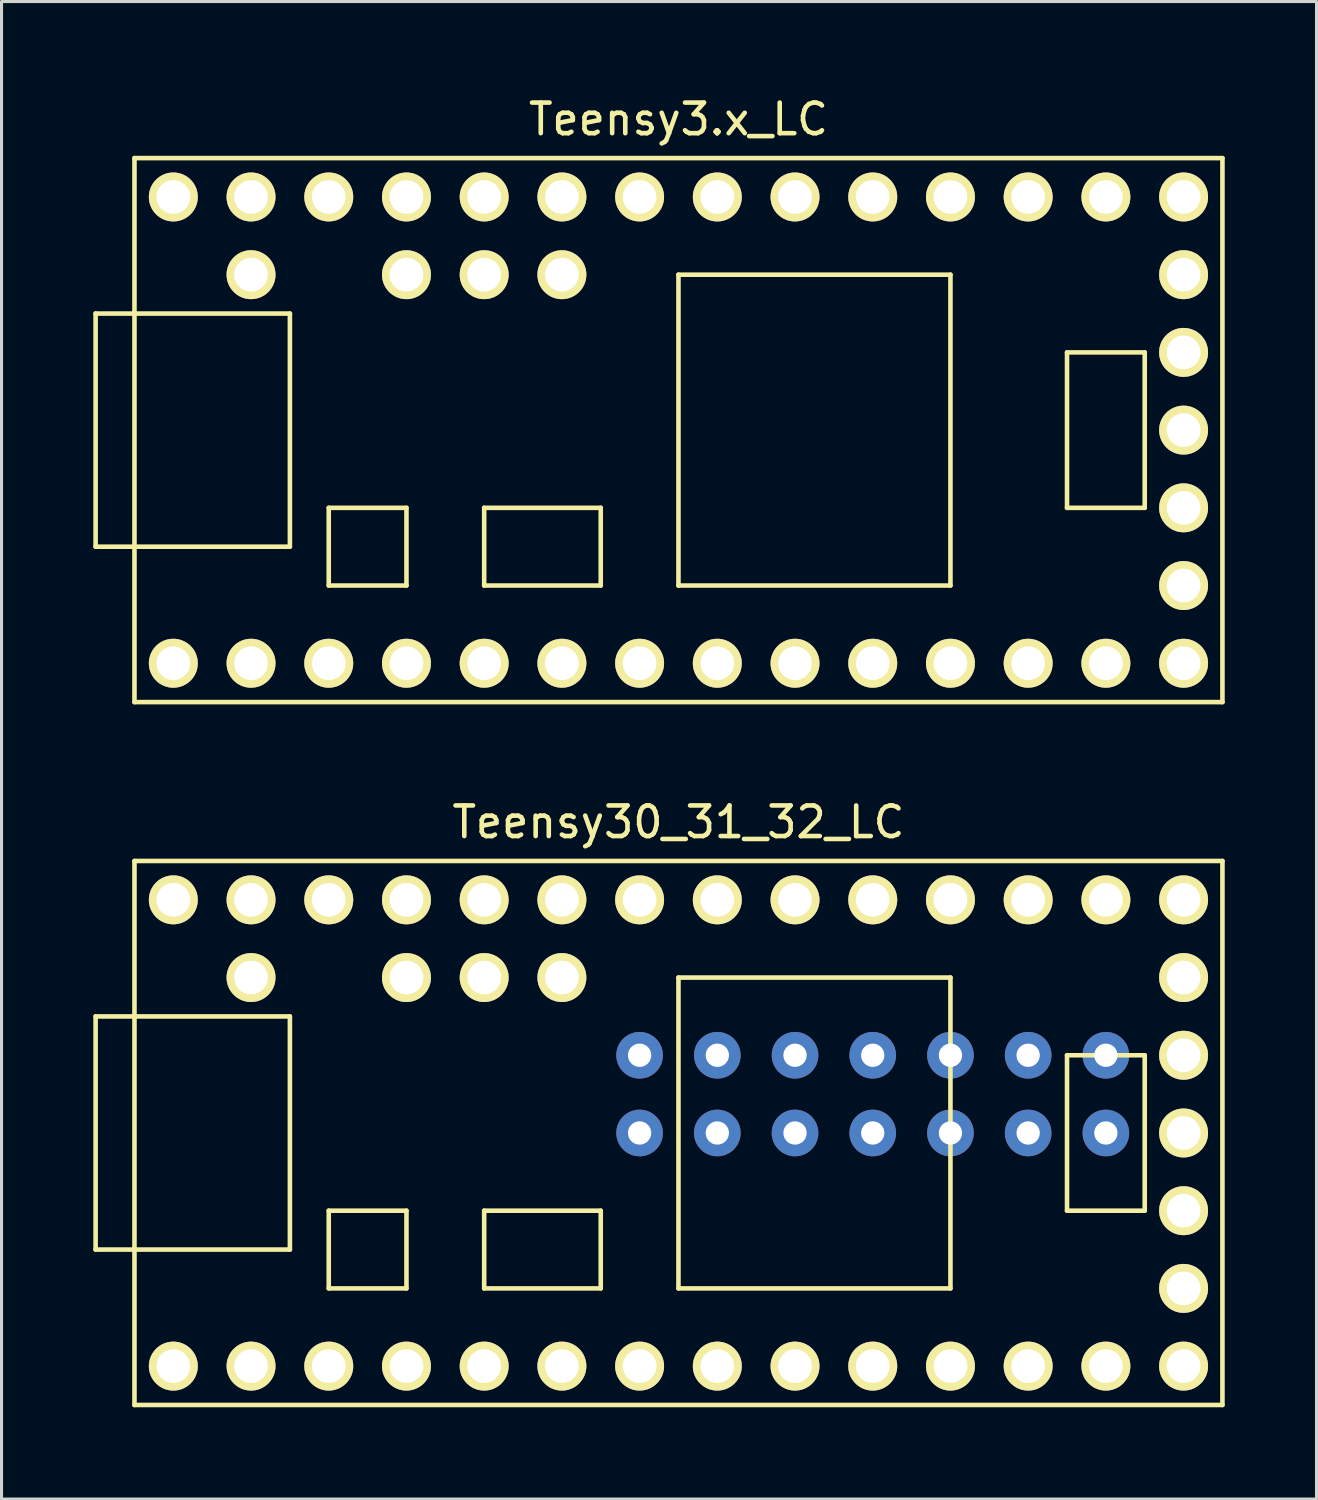
<source format=kicad_pcb>
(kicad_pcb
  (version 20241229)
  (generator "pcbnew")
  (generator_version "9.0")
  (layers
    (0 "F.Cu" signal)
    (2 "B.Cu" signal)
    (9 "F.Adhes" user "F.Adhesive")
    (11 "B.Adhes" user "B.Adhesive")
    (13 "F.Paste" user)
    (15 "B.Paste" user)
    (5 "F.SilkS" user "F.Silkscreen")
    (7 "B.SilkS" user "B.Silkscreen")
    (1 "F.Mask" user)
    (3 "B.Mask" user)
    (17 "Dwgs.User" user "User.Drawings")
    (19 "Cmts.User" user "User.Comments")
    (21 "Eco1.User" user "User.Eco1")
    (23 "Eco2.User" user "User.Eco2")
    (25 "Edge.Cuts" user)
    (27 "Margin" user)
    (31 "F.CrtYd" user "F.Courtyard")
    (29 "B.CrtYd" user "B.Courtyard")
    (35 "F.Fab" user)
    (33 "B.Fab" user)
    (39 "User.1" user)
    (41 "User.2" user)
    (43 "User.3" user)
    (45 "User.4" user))
  (footprint "Teensy3.x_LC"
    (layer "F.Cu")
    (at 19.125 11.008)
    (property "Reference" "Teensy3.x_LC" (at 0 -10.16 0) (layer "F.SilkS") (effects (font (size 1 1) (thickness 0.15))))
    (attr through_hole)
    (fp_line (start -19.05 -3.81) (end -17.78 -3.81) (stroke (width 0.15) (type solid)) (layer "F.SilkS"))
    (fp_line (start -19.05 3.81) (end -19.05 -3.81) (stroke (width 0.15) (type solid)) (layer "F.SilkS"))
    (fp_line (start -17.78 -8.89) (end 17.78 -8.89) (stroke (width 0.15) (type solid)) (layer "F.SilkS"))
    (fp_line (start -17.78 3.81) (end -19.05 3.81) (stroke (width 0.15) (type solid)) (layer "F.SilkS"))
    (fp_line (start -17.78 8.89) (end -17.78 -8.89) (stroke (width 0.15) (type solid)) (layer "F.SilkS"))
    (fp_line (start -12.7 -3.81) (end -17.78 -3.81) (stroke (width 0.15) (type solid)) (layer "F.SilkS"))
    (fp_line (start -12.7 3.81) (end -17.78 3.81) (stroke (width 0.15) (type solid)) (layer "F.SilkS"))
    (fp_line (start -12.7 3.81) (end -12.7 -3.81) (stroke (width 0.15) (type solid)) (layer "F.SilkS"))
    (fp_line (start -11.43 2.54) (end -11.43 5.08) (stroke (width 0.15) (type solid)) (layer "F.SilkS"))
    (fp_line (start -11.43 5.08) (end -8.89 5.08) (stroke (width 0.15) (type solid)) (layer "F.SilkS"))
    (fp_line (start -8.89 2.54) (end -11.43 2.54) (stroke (width 0.15) (type solid)) (layer "F.SilkS"))
    (fp_line (start -8.89 5.08) (end -8.89 2.54) (stroke (width 0.15) (type solid)) (layer "F.SilkS"))
    (fp_line (start -6.35 2.54) (end -6.35 5.08) (stroke (width 0.15) (type solid)) (layer "F.SilkS"))
    (fp_line (start -6.35 5.08) (end -2.54 5.08) (stroke (width 0.15) (type solid)) (layer "F.SilkS"))
    (fp_line (start -2.54 2.54) (end -6.35 2.54) (stroke (width 0.15) (type solid)) (layer "F.SilkS"))
    (fp_line (start -2.54 5.08) (end -2.54 2.54) (stroke (width 0.15) (type solid)) (layer "F.SilkS"))
    (fp_line (start 0 -5.08) (end 0 5.08) (stroke (width 0.15) (type solid)) (layer "F.SilkS"))
    (fp_line (start 8.89 -5.08) (end 0 -5.08) (stroke (width 0.15) (type solid)) (layer "F.SilkS"))
    (fp_line (start 8.89 5.08) (end 0 5.08) (stroke (width 0.15) (type solid)) (layer "F.SilkS"))
    (fp_line (start 8.89 5.08) (end 8.89 -5.08) (stroke (width 0.15) (type solid)) (layer "F.SilkS"))
    (fp_line (start 12.7 -2.54) (end 15.24 -2.54) (stroke (width 0.15) (type solid)) (layer "F.SilkS"))
    (fp_line (start 12.7 2.54) (end 12.7 -2.54) (stroke (width 0.15) (type solid)) (layer "F.SilkS"))
    (fp_line (start 15.24 -2.54) (end 15.24 2.54) (stroke (width 0.15) (type solid)) (layer "F.SilkS"))
    (fp_line (start 15.24 2.54) (end 12.7 2.54) (stroke (width 0.15) (type solid)) (layer "F.SilkS"))
    (fp_line (start 17.78 -8.89) (end 17.78 8.89) (stroke (width 0.15) (type solid)) (layer "F.SilkS"))
    (fp_line (start 17.78 8.89) (end -17.78 8.89) (stroke (width 0.15) (type solid)) (layer "F.SilkS"))
    (pad "1" thru_hole circle (at -16.51 7.62) (size 1.6 1.6) (drill 1.1) (layers "*.Cu" "*.Mask" "F.SilkS"))
    (pad "2" thru_hole circle (at -13.97 7.62) (size 1.6 1.6) (drill 1.1) (layers "*.Cu" "*.Mask" "F.SilkS"))
    (pad "3" thru_hole circle (at -11.43 7.62) (size 1.6 1.6) (drill 1.1) (layers "*.Cu" "*.Mask" "F.SilkS"))
    (pad "4" thru_hole circle (at -8.89 7.62) (size 1.6 1.6) (drill 1.1) (layers "*.Cu" "*.Mask" "F.SilkS"))
    (pad "5" thru_hole circle (at -6.35 7.62) (size 1.6 1.6) (drill 1.1) (layers "*.Cu" "*.Mask" "F.SilkS"))
    (pad "6" thru_hole circle (at -3.81 7.62) (size 1.6 1.6) (drill 1.1) (layers "*.Cu" "*.Mask" "F.SilkS"))
    (pad "7" thru_hole circle (at -1.27 7.62) (size 1.6 1.6) (drill 1.1) (layers "*.Cu" "*.Mask" "F.SilkS"))
    (pad "8" thru_hole circle (at 1.27 7.62) (size 1.6 1.6) (drill 1.1) (layers "*.Cu" "*.Mask" "F.SilkS"))
    (pad "9" thru_hole circle (at 3.81 7.62) (size 1.6 1.6) (drill 1.1) (layers "*.Cu" "*.Mask" "F.SilkS"))
    (pad "10" thru_hole circle (at 6.35 7.62) (size 1.6 1.6) (drill 1.1) (layers "*.Cu" "*.Mask" "F.SilkS"))
    (pad "11" thru_hole circle (at 8.89 7.62) (size 1.6 1.6) (drill 1.1) (layers "*.Cu" "*.Mask" "F.SilkS"))
    (pad "12" thru_hole circle (at 11.43 7.62) (size 1.6 1.6) (drill 1.1) (layers "*.Cu" "*.Mask" "F.SilkS"))
    (pad "13" thru_hole circle (at 13.97 7.62) (size 1.6 1.6) (drill 1.1) (layers "*.Cu" "*.Mask" "F.SilkS"))
    (pad "14" thru_hole circle (at 16.51 7.62) (size 1.6 1.6) (drill 1.1) (layers "*.Cu" "*.Mask" "F.SilkS"))
    (pad "15" thru_hole circle (at 16.51 5.08) (size 1.6 1.6) (drill 1.1) (layers "*.Cu" "*.Mask" "F.SilkS"))
    (pad "16" thru_hole circle (at 16.51 2.54) (size 1.6 1.6) (drill 1.1) (layers "*.Cu" "*.Mask" "F.SilkS"))
    (pad "17" thru_hole circle (at 16.51 0) (size 1.6 1.6) (drill 1.1) (layers "*.Cu" "*.Mask" "F.SilkS"))
    (pad "18" thru_hole circle (at 16.51 -2.54) (size 1.6 1.6) (drill 1.1) (layers "*.Cu" "*.Mask" "F.SilkS"))
    (pad "19" thru_hole circle (at 16.51 -5.08) (size 1.6 1.6) (drill 1.1) (layers "*.Cu" "*.Mask" "F.SilkS"))
    (pad "20" thru_hole circle (at 16.51 -7.62) (size 1.6 1.6) (drill 1.1) (layers "*.Cu" "*.Mask" "F.SilkS"))
    (pad "21" thru_hole circle (at 13.97 -7.62) (size 1.6 1.6) (drill 1.1) (layers "*.Cu" "*.Mask" "F.SilkS"))
    (pad "22" thru_hole circle (at 11.43 -7.62) (size 1.6 1.6) (drill 1.1) (layers "*.Cu" "*.Mask" "F.SilkS"))
    (pad "23" thru_hole circle (at 8.89 -7.62) (size 1.6 1.6) (drill 1.1) (layers "*.Cu" "*.Mask" "F.SilkS"))
    (pad "24" thru_hole circle (at 6.35 -7.62) (size 1.6 1.6) (drill 1.1) (layers "*.Cu" "*.Mask" "F.SilkS"))
    (pad "25" thru_hole circle (at 3.81 -7.62) (size 1.6 1.6) (drill 1.1) (layers "*.Cu" "*.Mask" "F.SilkS"))
    (pad "26" thru_hole circle (at 1.27 -7.62) (size 1.6 1.6) (drill 1.1) (layers "*.Cu" "*.Mask" "F.SilkS"))
    (pad "27" thru_hole circle (at -1.27 -7.62) (size 1.6 1.6) (drill 1.1) (layers "*.Cu" "*.Mask" "F.SilkS"))
    (pad "28" thru_hole circle (at -3.81 -7.62) (size 1.6 1.6) (drill 1.1) (layers "*.Cu" "*.Mask" "F.SilkS"))
    (pad "29" thru_hole circle (at -6.35 -7.62) (size 1.6 1.6) (drill 1.1) (layers "*.Cu" "*.Mask" "F.SilkS"))
    (pad "30" thru_hole circle (at -8.89 -7.62) (size 1.6 1.6) (drill 1.1) (layers "*.Cu" "*.Mask" "F.SilkS"))
    (pad "31" thru_hole circle (at -11.43 -7.62) (size 1.6 1.6) (drill 1.1) (layers "*.Cu" "*.Mask" "F.SilkS"))
    (pad "32" thru_hole circle (at -13.97 -7.62) (size 1.6 1.6) (drill 1.1) (layers "*.Cu" "*.Mask" "F.SilkS"))
    (pad "33" thru_hole circle (at -16.51 -7.62) (size 1.6 1.6) (drill 1.1) (layers "*.Cu" "*.Mask" "F.SilkS"))
    (pad "34" thru_hole circle (at -13.97 -5.08) (size 1.6 1.6) (drill 1.1) (layers "*.Cu" "*.Mask" "F.SilkS"))
    (pad "35" thru_hole circle (at -8.89 -5.08) (size 1.6 1.6) (drill 1.1) (layers "*.Cu" "*.Mask" "F.SilkS"))
    (pad "36" thru_hole circle (at -6.35 -5.08) (size 1.6 1.6) (drill 1.1) (layers "*.Cu" "*.Mask" "F.SilkS"))
    (pad "37" thru_hole circle (at -3.81 -5.08) (size 1.6 1.6) (drill 1.1) (layers "*.Cu" "*.Mask" "F.SilkS")))
  (footprint "Teensy30_31_32_LC"
    (layer "F.Cu")
    (at 19.125 33.981)
    (property "Reference" "Teensy30_31_32_LC" (at 0 -10.16 0) (layer "F.SilkS") (effects (font (size 1 1) (thickness 0.15))))
    (attr through_hole)
    (fp_line (start -19.05 -3.81) (end -17.78 -3.81) (stroke (width 0.15) (type solid)) (layer "F.SilkS"))
    (fp_line (start -19.05 3.81) (end -19.05 -3.81) (stroke (width 0.15) (type solid)) (layer "F.SilkS"))
    (fp_line (start -17.78 -8.89) (end 17.78 -8.89) (stroke (width 0.15) (type solid)) (layer "F.SilkS"))
    (fp_line (start -17.78 3.81) (end -19.05 3.81) (stroke (width 0.15) (type solid)) (layer "F.SilkS"))
    (fp_line (start -17.78 8.89) (end -17.78 -8.89) (stroke (width 0.15) (type solid)) (layer "F.SilkS"))
    (fp_line (start -12.7 -3.81) (end -17.78 -3.81) (stroke (width 0.15) (type solid)) (layer "F.SilkS"))
    (fp_line (start -12.7 3.81) (end -17.78 3.81) (stroke (width 0.15) (type solid)) (layer "F.SilkS"))
    (fp_line (start -12.7 3.81) (end -12.7 -3.81) (stroke (width 0.15) (type solid)) (layer "F.SilkS"))
    (fp_line (start -11.43 2.54) (end -11.43 5.08) (stroke (width 0.15) (type solid)) (layer "F.SilkS"))
    (fp_line (start -11.43 5.08) (end -8.89 5.08) (stroke (width 0.15) (type solid)) (layer "F.SilkS"))
    (fp_line (start -8.89 2.54) (end -11.43 2.54) (stroke (width 0.15) (type solid)) (layer "F.SilkS"))
    (fp_line (start -8.89 5.08) (end -8.89 2.54) (stroke (width 0.15) (type solid)) (layer "F.SilkS"))
    (fp_line (start -6.35 2.54) (end -6.35 5.08) (stroke (width 0.15) (type solid)) (layer "F.SilkS"))
    (fp_line (start -6.35 5.08) (end -2.54 5.08) (stroke (width 0.15) (type solid)) (layer "F.SilkS"))
    (fp_line (start -2.54 2.54) (end -6.35 2.54) (stroke (width 0.15) (type solid)) (layer "F.SilkS"))
    (fp_line (start -2.54 5.08) (end -2.54 2.54) (stroke (width 0.15) (type solid)) (layer "F.SilkS"))
    (fp_line (start 0 -5.08) (end 0 5.08) (stroke (width 0.15) (type solid)) (layer "F.SilkS"))
    (fp_line (start 8.89 -5.08) (end 0 -5.08) (stroke (width 0.15) (type solid)) (layer "F.SilkS"))
    (fp_line (start 8.89 5.08) (end 0 5.08) (stroke (width 0.15) (type solid)) (layer "F.SilkS"))
    (fp_line (start 8.89 5.08) (end 8.89 -5.08) (stroke (width 0.15) (type solid)) (layer "F.SilkS"))
    (fp_line (start 12.7 -2.54) (end 15.24 -2.54) (stroke (width 0.15) (type solid)) (layer "F.SilkS"))
    (fp_line (start 12.7 2.54) (end 12.7 -2.54) (stroke (width 0.15) (type solid)) (layer "F.SilkS"))
    (fp_line (start 15.24 -2.54) (end 15.24 2.54) (stroke (width 0.15) (type solid)) (layer "F.SilkS"))
    (fp_line (start 15.24 2.54) (end 12.7 2.54) (stroke (width 0.15) (type solid)) (layer "F.SilkS"))
    (fp_line (start 17.78 -8.89) (end 17.78 8.89) (stroke (width 0.15) (type solid)) (layer "F.SilkS"))
    (fp_line (start 17.78 8.89) (end -17.78 8.89) (stroke (width 0.15) (type solid)) (layer "F.SilkS"))
    (pad "1" thru_hole circle (at -16.51 7.62) (size 1.6 1.6) (drill 1.1) (layers "*.Cu" "*.Mask" "F.SilkS"))
    (pad "2" thru_hole circle (at -13.97 7.62) (size 1.6 1.6) (drill 1.1) (layers "*.Cu" "*.Mask" "F.SilkS"))
    (pad "3" thru_hole circle (at -11.43 7.62) (size 1.6 1.6) (drill 1.1) (layers "*.Cu" "*.Mask" "F.SilkS"))
    (pad "4" thru_hole circle (at -8.89 7.62) (size 1.6 1.6) (drill 1.1) (layers "*.Cu" "*.Mask" "F.SilkS"))
    (pad "5" thru_hole circle (at -6.35 7.62) (size 1.6 1.6) (drill 1.1) (layers "*.Cu" "*.Mask" "F.SilkS"))
    (pad "6" thru_hole circle (at -3.81 7.62) (size 1.6 1.6) (drill 1.1) (layers "*.Cu" "*.Mask" "F.SilkS"))
    (pad "7" thru_hole circle (at -1.27 7.62) (size 1.6 1.6) (drill 1.1) (layers "*.Cu" "*.Mask" "F.SilkS"))
    (pad "8" thru_hole circle (at 1.27 7.62) (size 1.6 1.6) (drill 1.1) (layers "*.Cu" "*.Mask" "F.SilkS"))
    (pad "9" thru_hole circle (at 3.81 7.62) (size 1.6 1.6) (drill 1.1) (layers "*.Cu" "*.Mask" "F.SilkS"))
    (pad "10" thru_hole circle (at 6.35 7.62) (size 1.6 1.6) (drill 1.1) (layers "*.Cu" "*.Mask" "F.SilkS"))
    (pad "11" thru_hole circle (at 8.89 7.62) (size 1.6 1.6) (drill 1.1) (layers "*.Cu" "*.Mask" "F.SilkS"))
    (pad "12" thru_hole circle (at 11.43 7.62) (size 1.6 1.6) (drill 1.1) (layers "*.Cu" "*.Mask" "F.SilkS"))
    (pad "13" thru_hole circle (at 13.97 7.62) (size 1.6 1.6) (drill 1.1) (layers "*.Cu" "*.Mask" "F.SilkS"))
    (pad "14" thru_hole circle (at 16.51 7.62) (size 1.6 1.6) (drill 1.1) (layers "*.Cu" "*.Mask" "F.SilkS"))
    (pad "15" thru_hole circle (at 16.51 5.08) (size 1.6 1.6) (drill 1.1) (layers "*.Cu" "*.Mask" "F.SilkS"))
    (pad "16" thru_hole circle (at 16.51 2.54) (size 1.6 1.6) (drill 1.1) (layers "*.Cu" "*.Mask" "F.SilkS"))
    (pad "17" thru_hole circle (at 16.51 0) (size 1.6 1.6) (drill 1.1) (layers "*.Cu" "*.Mask" "F.SilkS"))
    (pad "18" thru_hole circle (at 16.51 -2.54) (size 1.6 1.6) (drill 1.1) (layers "*.Cu" "*.Mask" "F.SilkS"))
    (pad "19" thru_hole circle (at 16.51 -5.08) (size 1.6 1.6) (drill 1.1) (layers "*.Cu" "*.Mask" "F.SilkS"))
    (pad "20" thru_hole circle (at 16.51 -7.62) (size 1.6 1.6) (drill 1.1) (layers "*.Cu" "*.Mask" "F.SilkS"))
    (pad "21" thru_hole circle (at 13.97 -7.62) (size 1.6 1.6) (drill 1.1) (layers "*.Cu" "*.Mask" "F.SilkS"))
    (pad "22" thru_hole circle (at 11.43 -7.62) (size 1.6 1.6) (drill 1.1) (layers "*.Cu" "*.Mask" "F.SilkS"))
    (pad "23" thru_hole circle (at 8.89 -7.62) (size 1.6 1.6) (drill 1.1) (layers "*.Cu" "*.Mask" "F.SilkS"))
    (pad "24" thru_hole circle (at 6.35 -7.62) (size 1.6 1.6) (drill 1.1) (layers "*.Cu" "*.Mask" "F.SilkS"))
    (pad "25" thru_hole circle (at 3.81 -7.62) (size 1.6 1.6) (drill 1.1) (layers "*.Cu" "*.Mask" "F.SilkS"))
    (pad "26" thru_hole circle (at 1.27 -7.62) (size 1.6 1.6) (drill 1.1) (layers "*.Cu" "*.Mask" "F.SilkS"))
    (pad "27" thru_hole circle (at -1.27 -7.62) (size 1.6 1.6) (drill 1.1) (layers "*.Cu" "*.Mask" "F.SilkS"))
    (pad "28" thru_hole circle (at -3.81 -7.62) (size 1.6 1.6) (drill 1.1) (layers "*.Cu" "*.Mask" "F.SilkS"))
    (pad "29" thru_hole circle (at -6.35 -7.62) (size 1.6 1.6) (drill 1.1) (layers "*.Cu" "*.Mask" "F.SilkS"))
    (pad "30" thru_hole circle (at -8.89 -7.62) (size 1.6 1.6) (drill 1.1) (layers "*.Cu" "*.Mask" "F.SilkS"))
    (pad "31" thru_hole circle (at -11.43 -7.62) (size 1.6 1.6) (drill 1.1) (layers "*.Cu" "*.Mask" "F.SilkS"))
    (pad "32" thru_hole circle (at -13.97 -7.62) (size 1.6 1.6) (drill 1.1) (layers "*.Cu" "*.Mask" "F.SilkS"))
    (pad "33" thru_hole circle (at -16.51 -7.62) (size 1.6 1.6) (drill 1.1) (layers "*.Cu" "*.Mask" "F.SilkS"))
    (pad "34" thru_hole circle (at -13.97 -5.08) (size 1.6 1.6) (drill 1.1) (layers "*.Cu" "*.Mask" "F.SilkS"))
    (pad "35" thru_hole circle (at -8.89 -5.08) (size 1.6 1.6) (drill 1.1) (layers "*.Cu" "*.Mask" "F.SilkS"))
    (pad "36" thru_hole circle (at -6.35 -5.08) (size 1.6 1.6) (drill 1.1) (layers "*.Cu" "*.Mask" "F.SilkS"))
    (pad "37" thru_hole circle (at -3.81 -5.08) (size 1.6 1.6) (drill 1.1) (layers "*.Cu" "*.Mask" "F.SilkS"))
    (pad "38" thru_hole circle (at -1.27 0) (size 1.524 1.524) (drill 0.762) (layers "*.Cu" "*.Mask"))
    (pad "39" thru_hole circle (at 1.27 0) (size 1.524 1.524) (drill 0.762) (layers "*.Cu" "*.Mask"))
    (pad "40" thru_hole circle (at 3.81 0) (size 1.524 1.524) (drill 0.762) (layers "*.Cu" "*.Mask"))
    (pad "41" thru_hole circle (at 6.35 0) (size 1.524 1.524) (drill 0.762) (layers "*.Cu" "*.Mask"))
    (pad "42" thru_hole circle (at 8.89 0) (size 1.524 1.524) (drill 0.762) (layers "*.Cu" "*.Mask"))
    (pad "43" thru_hole circle (at 11.43 0) (size 1.524 1.524) (drill 0.762) (layers "*.Cu" "*.Mask"))
    (pad "44" thru_hole circle (at 13.97 0) (size 1.524 1.524) (drill 0.762) (layers "*.Cu" "*.Mask"))
    (pad "45" thru_hole circle (at 13.97 -2.54) (size 1.524 1.524) (drill 0.762) (layers "*.Cu" "*.Mask"))
    (pad "46" thru_hole circle (at 11.43 -2.54) (size 1.524 1.524) (drill 0.762) (layers "*.Cu" "*.Mask"))
    (pad "47" thru_hole circle (at 8.89 -2.54) (size 1.524 1.524) (drill 0.762) (layers "*.Cu" "*.Mask"))
    (pad "48" thru_hole circle (at 6.35 -2.54) (size 1.524 1.524) (drill 0.762) (layers "*.Cu" "*.Mask"))
    (pad "49" thru_hole circle (at 3.81 -2.54) (size 1.524 1.524) (drill 0.762) (layers "*.Cu" "*.Mask"))
    (pad "50" thru_hole circle (at 1.27 -2.54) (size 1.524 1.524) (drill 0.762) (layers "*.Cu" "*.Mask"))
    (pad "51" thru_hole circle (at -1.27 -2.54) (size 1.524 1.524) (drill 0.762) (layers "*.Cu" "*.Mask")))
  (gr_rect
    (start -3 -3)
    (end 39.98 45.947)
    (stroke (width 0.1) (type default))
    (fill no)
    (layer "Edge.Cuts")))
</source>
